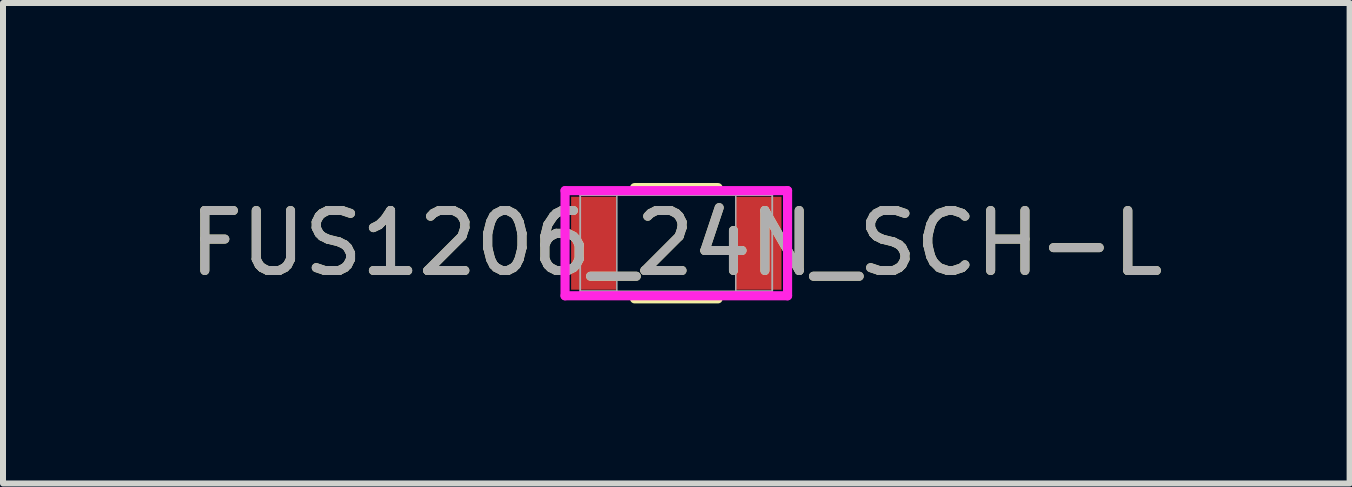
<source format=kicad_pcb>
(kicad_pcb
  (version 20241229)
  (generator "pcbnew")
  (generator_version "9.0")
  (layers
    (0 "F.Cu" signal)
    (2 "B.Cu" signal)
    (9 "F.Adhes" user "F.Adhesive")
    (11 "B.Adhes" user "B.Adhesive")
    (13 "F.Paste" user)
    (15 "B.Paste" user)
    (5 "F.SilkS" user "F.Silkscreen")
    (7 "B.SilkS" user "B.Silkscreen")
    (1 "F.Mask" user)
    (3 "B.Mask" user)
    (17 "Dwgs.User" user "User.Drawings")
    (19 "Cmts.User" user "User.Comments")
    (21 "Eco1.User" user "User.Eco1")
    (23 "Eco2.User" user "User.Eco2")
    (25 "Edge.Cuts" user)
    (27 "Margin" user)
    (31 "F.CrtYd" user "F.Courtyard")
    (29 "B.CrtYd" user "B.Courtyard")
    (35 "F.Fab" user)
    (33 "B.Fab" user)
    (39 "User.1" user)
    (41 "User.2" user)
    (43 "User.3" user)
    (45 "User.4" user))
  (footprint "FUS1206_24N_SCH-L"
    (layer "F.Cu")
    (at 8.22 1.003)
    (property "Reference" "FUS1206_24N_SCH-L" (at 0 0 0) (unlocked yes) (layer "F.SilkS") (effects (font (size 1 1) (thickness 0.15))))
    (attr smd)
    (fp_line (start -0.695 0.927) (end 0.695 0.927) (stroke (width 0.152) (type solid)) (layer "F.SilkS"))
    (fp_line (start 0.695 -0.927) (end -0.695 -0.927) (stroke (width 0.152) (type solid)) (layer "F.SilkS"))
    (fp_line (start -1.854 -0.876) (end 1.854 -0.876) (stroke (width 0.152) (type solid)) (layer "F.CrtYd"))
    (fp_line (start -1.854 0.876) (end -1.854 -0.876) (stroke (width 0.152) (type solid)) (layer "F.CrtYd"))
    (fp_line (start 1.854 -0.876) (end 1.854 0.876) (stroke (width 0.152) (type solid)) (layer "F.CrtYd"))
    (fp_line (start 1.854 0.876) (end -1.854 0.876) (stroke (width 0.152) (type solid)) (layer "F.CrtYd"))
    (fp_line (start -1.6 -0.8) (end -1.6 0.8) (stroke (width 0.025) (type solid)) (layer "F.Fab"))
    (fp_line (start -1.6 -0.8) (end -1.6 0.8) (stroke (width 0.025) (type solid)) (layer "F.Fab"))
    (fp_line (start -1.6 0.8) (end -0.991 0.8) (stroke (width 0.025) (type solid)) (layer "F.Fab"))
    (fp_line (start -1.6 0.8) (end 1.6 0.8) (stroke (width 0.025) (type solid)) (layer "F.Fab"))
    (fp_line (start -0.991 -0.8) (end -1.6 -0.8) (stroke (width 0.025) (type solid)) (layer "F.Fab"))
    (fp_line (start -0.991 0.8) (end -0.991 -0.8) (stroke (width 0.025) (type solid)) (layer "F.Fab"))
    (fp_line (start 0.991 -0.8) (end 0.991 0.8) (stroke (width 0.025) (type solid)) (layer "F.Fab"))
    (fp_line (start 0.991 0.8) (end 1.6 0.8) (stroke (width 0.025) (type solid)) (layer "F.Fab"))
    (fp_line (start 1.6 -0.8) (end -1.6 -0.8) (stroke (width 0.025) (type solid)) (layer "F.Fab"))
    (fp_line (start 1.6 -0.8) (end 0.991 -0.8) (stroke (width 0.025) (type solid)) (layer "F.Fab"))
    (fp_line (start 1.6 0.8) (end 1.6 -0.8) (stroke (width 0.025) (type solid)) (layer "F.Fab"))
    (fp_line (start 1.6 0.8) (end 1.6 -0.8) (stroke (width 0.025) (type solid)) (layer "F.Fab"))
    (fp_text user "${REFERENCE}" (at 0 0 0) (unlocked yes) (layer "F.Fab") (effects (font (size 1 1) (thickness 0.15))))
    (pad "1" smd rect (at -1.372 0) (size 0.762 1.549) (layers "F.Cu" "F.Mask" "F.Paste"))
    (pad "2" smd rect (at 1.372 0) (size 0.762 1.549) (layers "F.Cu" "F.Mask" "F.Paste"))
    (zone (net_name "") (layer "F.Cu") (hatch full 0.508) (connect_pads) (min_thickness 0.254) (filled_areas_thickness no) (keepout (tracks not_allowed) (vias not_allowed) (pads allowed) (copperpour not_allowed) (footprints allowed)) (placement (enabled no)) (fill) (polygon (pts (xy 7.28 0.254) (xy 9.16 0.254) (xy 9.16 1.753) (xy 7.28 1.753)))))
  (gr_rect
    (start -3 -3)
    (end 19.44 5.007)
    (stroke (width 0.1) (type default))
    (fill no)
    (layer "Edge.Cuts")))
</source>
